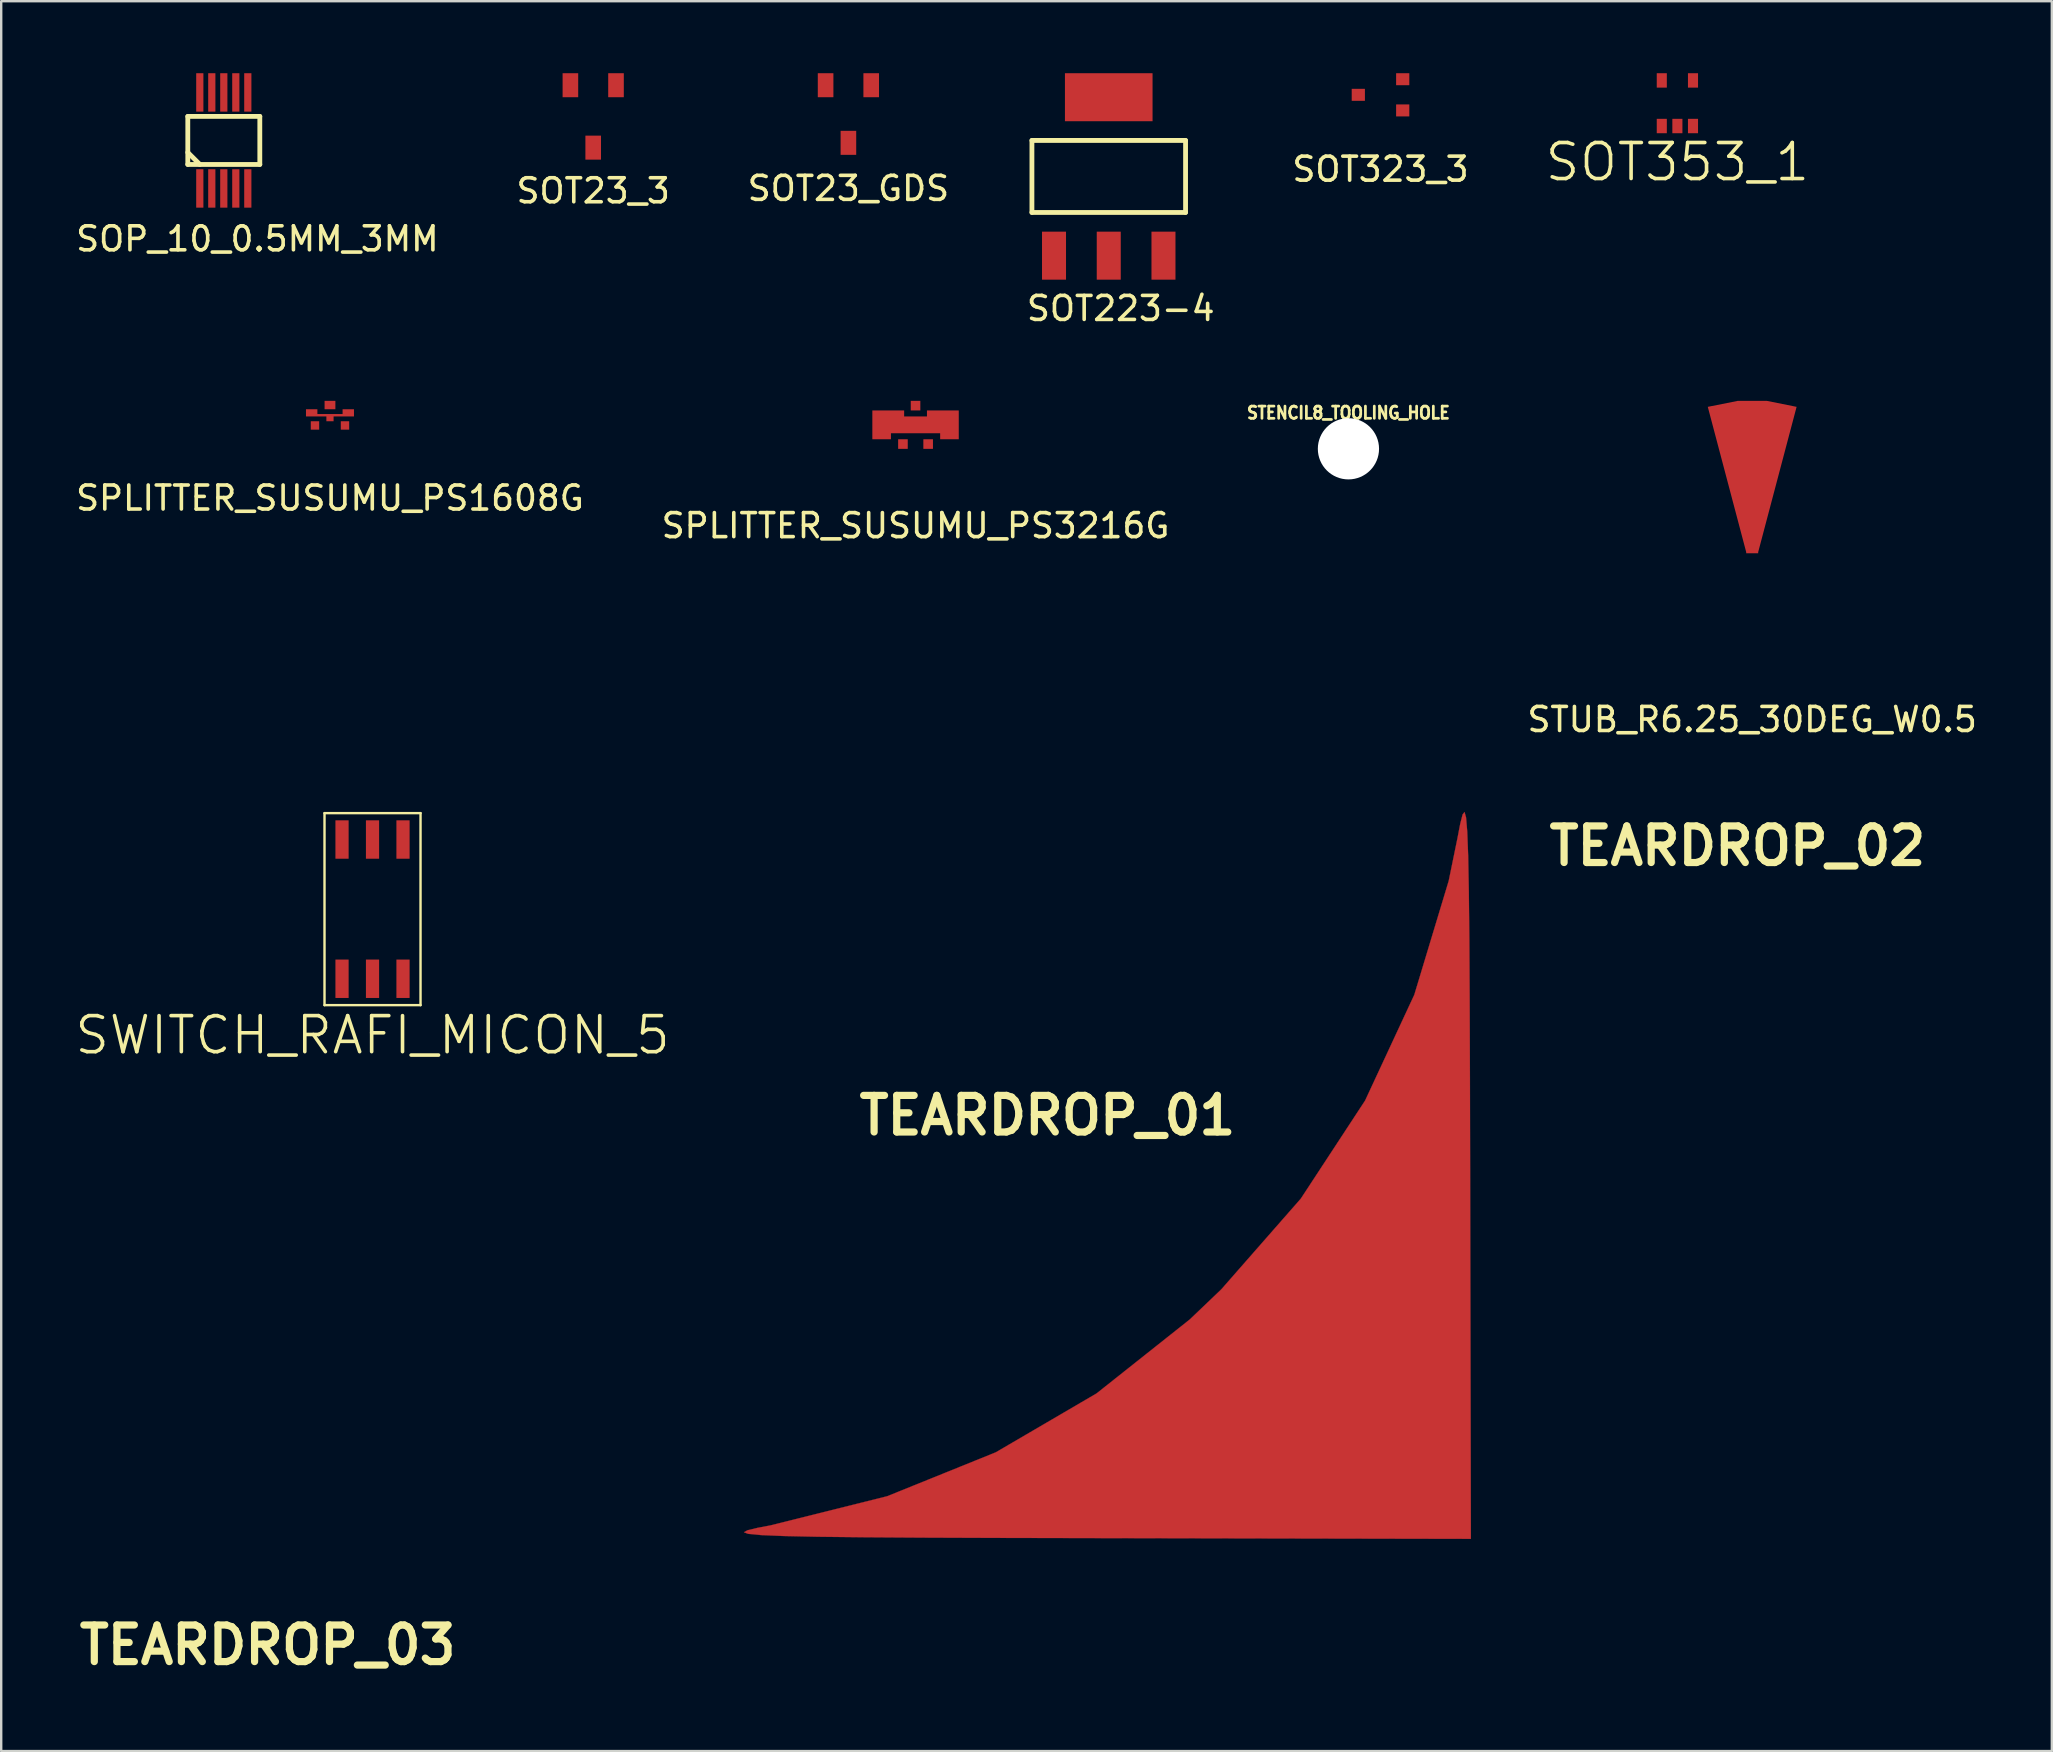
<source format=kicad_pcb>
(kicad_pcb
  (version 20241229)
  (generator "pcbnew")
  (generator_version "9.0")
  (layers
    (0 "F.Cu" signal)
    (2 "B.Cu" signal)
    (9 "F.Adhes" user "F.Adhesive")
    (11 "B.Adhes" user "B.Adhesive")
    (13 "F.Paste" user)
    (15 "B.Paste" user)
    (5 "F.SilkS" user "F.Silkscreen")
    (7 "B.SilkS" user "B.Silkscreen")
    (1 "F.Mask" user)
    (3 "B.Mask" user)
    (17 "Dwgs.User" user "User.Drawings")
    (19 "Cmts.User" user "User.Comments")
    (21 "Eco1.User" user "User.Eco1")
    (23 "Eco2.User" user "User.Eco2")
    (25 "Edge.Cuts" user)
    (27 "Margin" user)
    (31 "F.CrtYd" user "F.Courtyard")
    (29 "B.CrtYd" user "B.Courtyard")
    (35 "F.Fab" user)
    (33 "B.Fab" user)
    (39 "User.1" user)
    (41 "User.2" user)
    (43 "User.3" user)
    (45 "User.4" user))
  (footprint "TEARDROP_03"
    (layer "F.Cu")
    (at 8.099 65.477)
    (property "Reference" "TEARDROP_03" (at 0 0 0) (layer "F.SilkS") (effects (font (size 1.524 1.524) (thickness 0.3))))
    (attr through_hole)
    (fp_poly (pts (xy 0.066 -0.03) (xy 0.067 -0.017) (xy 0.067 0.002) (xy 0.067 0.01) (xy 0.068 0.068) (xy 0.01 0.067) (xy -0.011 0.067) (xy -0.027 0.066) (xy -0.036 0.065) (xy -0.037 0.064) (xy -0.036 0.064) (xy -0.006 0.052) (xy 0.02 0.034) (xy 0.042 0.01) (xy 0.058 -0.018) (xy 0.064 -0.036) (xy 0.065 -0.037) (xy 0.066 -0.03)) (stroke (width 0.01) (type solid)) (fill yes) (layer "F.Cu")))
  (footprint "SWITCH_RAFI_MICON_5"
    (layer "F.Cu")
    (at 12.468 34.822)
    (property "Reference" "SWITCH_RAFI_MICON_5" (at 0 5.25 0) (layer "F.SilkS") (effects (font (size 1.5 1.5) (thickness 0.15))))
    (attr through_hole)
    (fp_line (start -2 -4) (end -2 4) (stroke (width 0.1) (type solid)) (layer "F.SilkS"))
    (fp_line (start -2 -4) (end 2 -4) (stroke (width 0.1) (type solid)) (layer "F.SilkS"))
    (fp_line (start 2 -4) (end 2 4) (stroke (width 0.1) (type solid)) (layer "F.SilkS"))
    (fp_line (start 2 4) (end -2 4) (stroke (width 0.1) (type solid)) (layer "F.SilkS"))
    (pad "1" smd rect (at -1.27 -2.9) (size 0.55 1.6) (layers "F.Cu" "F.Mask" "F.Paste"))
    (pad "1" smd rect (at -1.27 2.9) (size 0.55 1.6) (layers "F.Cu" "F.Mask" "F.Paste"))
    (pad "1" smd rect (at 1.27 -2.9) (size 0.55 1.6) (layers "F.Cu" "F.Mask" "F.Paste"))
    (pad "1" smd rect (at 1.27 2.9) (size 0.55 1.6) (layers "F.Cu" "F.Mask" "F.Paste"))
    (pad "2" smd rect (at 0 -2.9) (size 0.55 1.6) (layers "F.Cu" "F.Mask" "F.Paste"))
    (pad "2" smd rect (at 0 2.9) (size 0.55 1.6) (layers "F.Cu" "F.Mask" "F.Paste")))
  (footprint "STUB_R6.25_30DEG_W0.5"
    (layer "F.Cu")
    (at 69.941 19.898)
    (property "Reference" "STUB_R6.25_30DEG_W0.5" (at 0 7.025 0) (layer "F.SilkS") (effects (font (size 1 1) (thickness 0.15))))
    (attr through_hole)
    (pad "1" smd custom (at 0 0.05) (size 0.5 0.1) (layers "F.Cu" "F.Mask" "F.Paste") (options (anchor rect)) (primitives (gr_poly (pts (xy 0.25 0) (xy 1.85 -6.05) (xy 0.6 -6.3) (xy -0.6 -6.3) (xy -1.85 -6.05) (xy -0.25 0)) (width 0) (fill yes)))))
  (footprint "SOT223-4"
    (layer "F.Cu")
    (at 43.137 4.3)
    (property "Reference" "SOT223-4" (at 0.5 5.5 0) (layer "F.SilkS") (effects (font (size 1 1) (thickness 0.15))))
    (attr through_hole)
    (fp_line (start -3.2 -1.5) (end -3.2 1.5) (stroke (width 0.2) (type solid)) (layer "F.SilkS"))
    (fp_line (start -3.2 1.5) (end 3.2 1.5) (stroke (width 0.2) (type solid)) (layer "F.SilkS"))
    (fp_line (start 3.2 -1.5) (end -3.2 -1.5) (stroke (width 0.2) (type solid)) (layer "F.SilkS"))
    (fp_line (start 3.2 1.5) (end 3.2 -1.5) (stroke (width 0.2) (type solid)) (layer "F.SilkS"))
    (pad "1" smd rect (at -2.28 3.3) (size 1 2) (layers "F.Cu" "F.Mask" "F.Paste"))
    (pad "2" smd rect (at 0 3.3) (size 1 2) (layers "F.Cu" "F.Mask" "F.Paste"))
    (pad "3" smd rect (at 2.28 3.3) (size 1 2) (layers "F.Cu" "F.Mask" "F.Paste"))
    (pad "4" smd rect (at 0 -3.3) (size 3.65 2) (layers "F.Cu" "F.Mask" "F.Paste")))
  (footprint "SOP_10_0.5MM_3MM"
    (layer "F.Cu")
    (at 6.273 2.8)
    (property "Reference" "SOP_10_0.5MM_3MM" (at 1.4 4.1 0) (layer "F.SilkS") (effects (font (size 1 1) (thickness 0.15))))
    (attr through_hole)
    (fp_line (start -1.5 -1) (end -1.5 1) (stroke (width 0.2) (type solid)) (layer "F.SilkS"))
    (fp_line (start -1.5 0.5) (end -1 1) (stroke (width 0.2) (type solid)) (layer "F.SilkS"))
    (fp_line (start -1.5 1) (end 1.5 1) (stroke (width 0.2) (type solid)) (layer "F.SilkS"))
    (fp_line (start 1.5 -1) (end -1.5 -1) (stroke (width 0.2) (type solid)) (layer "F.SilkS"))
    (fp_line (start 1.5 1) (end 1.5 -1) (stroke (width 0.2) (type solid)) (layer "F.SilkS"))
    (pad "1" smd rect (at -1 2) (size 0.3 1.6) (layers "F.Cu" "F.Mask" "F.Paste"))
    (pad "2" smd rect (at -0.5 2) (size 0.3 1.6) (layers "F.Cu" "F.Mask" "F.Paste"))
    (pad "3" smd rect (at 0 2) (size 0.3 1.6) (layers "F.Cu" "F.Mask" "F.Paste"))
    (pad "4" smd rect (at 0.5 2) (size 0.3 1.6) (layers "F.Cu" "F.Mask" "F.Paste"))
    (pad "5" smd rect (at 1 2) (size 0.3 1.6) (layers "F.Cu" "F.Mask" "F.Paste"))
    (pad "6" smd rect (at 1 -2) (size 0.3 1.6) (layers "F.Cu" "F.Mask" "F.Paste"))
    (pad "7" smd rect (at 0.5 -2) (size 0.3 1.6) (layers "F.Cu" "F.Mask" "F.Paste"))
    (pad "8" smd rect (at 0 -2) (size 0.3 1.6) (layers "F.Cu" "F.Mask" "F.Paste"))
    (pad "9" smd rect (at -0.5 -2) (size 0.3 1.6) (layers "F.Cu" "F.Mask" "F.Paste"))
    (pad "10" smd rect (at -1 -2) (size 0.3 1.6) (layers "F.Cu" "F.Mask" "F.Paste")))
  (footprint "SPLITTER_SUSUMU_PS1608G"
    (layer "F.Cu")
    (at 10.696 14.298)
    (property "Reference" "SPLITTER_SUSUMU_PS1608G" (at 0 3.4 0) (layer "F.SilkS") (effects (font (size 1 1) (thickness 0.15))))
    (attr through_hole)
    (pad "1" smd rect (at 0 -0.475) (size 0.45 0.35) (layers "F.Cu" "F.Mask" "F.Paste"))
    (pad "2" smd rect (at -0.625 0.375) (size 0.35 0.35) (layers "F.Cu" "F.Mask" "F.Paste"))
    (pad "3" smd rect (at 0.625 0.375) (size 0.35 0.35) (layers "F.Cu" "F.Mask" "F.Paste"))
    (pad "4" smd custom (at 0 0) (size 0.25 0.2) (layers "F.Cu" "F.Mask" "F.Paste") (options (anchor rect)) (primitives (gr_poly (pts (xy -1 -0.3) (xy -0.525 -0.3) (xy -0.525 -0.1) (xy 0.525 -0.1) (xy 0.525 -0.3) (xy 1 -0.3) (xy 1 0) (xy 0.15 0) (xy 0.15 0.2) (xy -0.15 0.2) (xy -0.15 0) (xy -1 0)) (width 0) (fill yes)))))
  (footprint "SOT23_3"
    (layer "F.Cu")
    (at 21.661 1.8)
    (property "Reference" "SOT23_3" (at 0 3.1 0) (layer "F.SilkS") (effects (font (size 1 1) (thickness 0.15))))
    (attr through_hole)
    (pad "1" smd rect (at 0.95 -1.3) (size 0.65 1) (layers "F.Cu" "F.Mask" "F.Paste"))
    (pad "2" smd rect (at -0.95 -1.3) (size 0.65 1) (layers "F.Cu" "F.Mask" "F.Paste"))
    (pad "3" smd rect (at 0 1.3) (size 0.65 1) (layers "F.Cu" "F.Mask" "F.Paste")))
  (footprint "SPLITTER_SUSUMU_PS3216G"
    (layer "F.Cu")
    (at 35.089 15.448)
    (property "Reference" "SPLITTER_SUSUMU_PS3216G" (at 0 3.4 0) (layer "F.SilkS") (effects (font (size 1 1) (thickness 0.15))))
    (attr through_hole)
    (pad "1" smd rect (at 0 -1.6) (size 0.4 0.4) (layers "F.Cu" "F.Mask" "F.Paste"))
    (pad "2" smd rect (at -0.525 0) (size 0.4 0.4) (layers "F.Cu" "F.Mask" "F.Paste"))
    (pad "3" smd rect (at 0.525 0) (size 0.4 0.4) (layers "F.Cu" "F.Mask" "F.Paste"))
    (pad "4" smd custom (at 0 -0.8) (size 0.4 0.4) (layers "F.Cu" "F.Mask" "F.Paste") (options (anchor rect)) (primitives (gr_poly (pts (xy 1.8 -0.6) (xy 1.8 0.6) (xy 1.025 0.6) (xy 1.025 0.35) (xy -1.025 0.35) (xy -1.025 0.6) (xy -1.8 0.6) (xy -1.8 -0.6) (xy -0.475 -0.6) (xy -0.475 -0.35) (xy 0.475 -0.35) (xy 0.475 -0.6)) (width 0) (fill yes)))))
  (footprint "STENCIL8_TOOLING_HOLE"
    (layer "F.Cu")
    (at 53.122 15.646)
    (property "Reference" "STENCIL8_TOOLING_HOLE" (at 0 -1.5 0) (layer "F.SilkS") (effects (font (size 0.508 0.457) (thickness 0.114))))
    (attr through_hole)
    (pad "" np_thru_hole circle (at 0 0) (size 2.55 2.55) (drill 2.55) (layers "*.Cu" "*.Paste" "*.Mask")))
  (footprint "TEARDROP_01"
    (layer "F.Cu")
    (at 40.583 43.415)
    (property "Reference" "TEARDROP_01" (at 0 0 0) (layer "F.SilkS") (effects (font (size 1.524 1.524) (thickness 0.3))))
    (attr through_hole)
    (fp_poly (pts (xy 17.437 -12.42) (xy 17.487 -11.829) (xy 17.526 -10.818) (xy 17.554 -9.338) (xy 17.575 -7.34) (xy 17.589 -4.775) (xy 17.6 -1.596) (xy 17.607 1.676) (xy 17.639 17.639) (xy 1.676 17.607) (xy -2.073 17.599) (xy -5.165 17.588) (xy -7.648 17.572) (xy -9.572 17.551) (xy -10.985 17.521) (xy -11.935 17.481) (xy -12.471 17.429) (xy -12.642 17.364) (xy -12.497 17.282) (xy -12.084 17.182) (xy -11.55 17.081) (xy -6.677 15.864) (xy -2.151 14.034) (xy 2.045 11.582) (xy 5.93 8.499) (xy 7.244 7.244) (xy 10.556 3.466) (xy 13.232 -0.617) (xy 15.282 -5.024) (xy 16.716 -9.771) (xy 17.081 -11.55) (xy 17.197 -12.155) (xy 17.294 -12.534) (xy 17.374 -12.639) (xy 17.437 -12.42)) (stroke (width 0.01) (type solid)) (fill yes) (layer "F.Cu")))
  (footprint "SOT353_1"
    (layer "F.Cu")
    (at 66.825 1.25)
    (property "Reference" "SOT353_1" (at 0 2.45 0) (layer "F.SilkS") (effects (font (size 1.5 1.5) (thickness 0.15))))
    (attr through_hole)
    (pad "1" smd rect (at -0.65 0.95 180) (size 0.42 0.6) (layers "F.Cu" "F.Mask" "F.Paste"))
    (pad "2" smd rect (at 0 0.95 180) (size 0.42 0.6) (layers "F.Cu" "F.Mask" "F.Paste"))
    (pad "3" smd rect (at 0.65 0.95 180) (size 0.42 0.6) (layers "F.Cu" "F.Mask" "F.Paste"))
    (pad "4" smd rect (at 0.65 -0.95 180) (size 0.42 0.6) (layers "F.Cu" "F.Mask" "F.Paste"))
    (pad "5" smd rect (at -0.65 -0.95 180) (size 0.42 0.6) (layers "F.Cu" "F.Mask" "F.Paste")))
  (footprint "TEARDROP_02"
    (layer "F.Cu")
    (at 69.326 32.19)
    (property "Reference" "TEARDROP_02" (at 0 0 0) (layer "F.SilkS") (effects (font (size 1.524 1.524) (thickness 0.3))))
    (attr through_hole)
    (fp_poly (pts (xy 0.132 -0.061) (xy 0.134 -0.034) (xy 0.134 0.004) (xy 0.135 0.019) (xy 0.135 0.135) (xy 0.019 0.135) (xy -0.023 0.134) (xy -0.054 0.133) (xy -0.071 0.131) (xy -0.074 0.128) (xy -0.072 0.128) (xy -0.012 0.105) (xy 0.041 0.068) (xy 0.084 0.02) (xy 0.116 -0.036) (xy 0.128 -0.072) (xy 0.13 -0.074) (xy 0.132 -0.061)) (stroke (width 0.01) (type solid)) (fill yes) (layer "F.Cu")))
  (footprint "SOT323_3"
    (layer "F.Cu")
    (at 54.458 0.9)
    (property "Reference" "SOT323_3" (at 0 3.1 0) (layer "F.SilkS") (effects (font (size 1 1) (thickness 0.15))))
    (attr through_hole)
    (pad "1" smd rect (at 0.925 0.65) (size 0.55 0.5) (layers "F.Cu" "F.Mask" "F.Paste"))
    (pad "2" smd rect (at 0.925 -0.65) (size 0.55 0.5) (layers "F.Cu" "F.Mask" "F.Paste"))
    (pad "3" smd rect (at -0.925 0) (size 0.55 0.5) (layers "F.Cu" "F.Mask" "F.Paste")))
  (footprint "SOT23_GDS"
    (layer "F.Cu")
    (at 32.292 1.7)
    (property "Reference" "SOT23_GDS" (at 0 3.1 0) (layer "F.SilkS") (effects (font (size 1 1) (thickness 0.15))))
    (attr through_hole)
    (pad "D" smd rect (at 0 1.2) (size 0.65 1) (layers "F.Cu" "F.Mask" "F.Paste"))
    (pad "G" smd rect (at 0.95 -1.2) (size 0.65 1) (layers "F.Cu" "F.Mask" "F.Paste"))
    (pad "S" smd rect (at -0.95 -1.2) (size 0.65 1) (layers "F.Cu" "F.Mask" "F.Paste")))
  (gr_rect
    (start -3 -3)
    (end 82.423 69.895)
    (stroke (width 0.1) (type default))
    (fill no)
    (layer "Edge.Cuts")))
</source>
